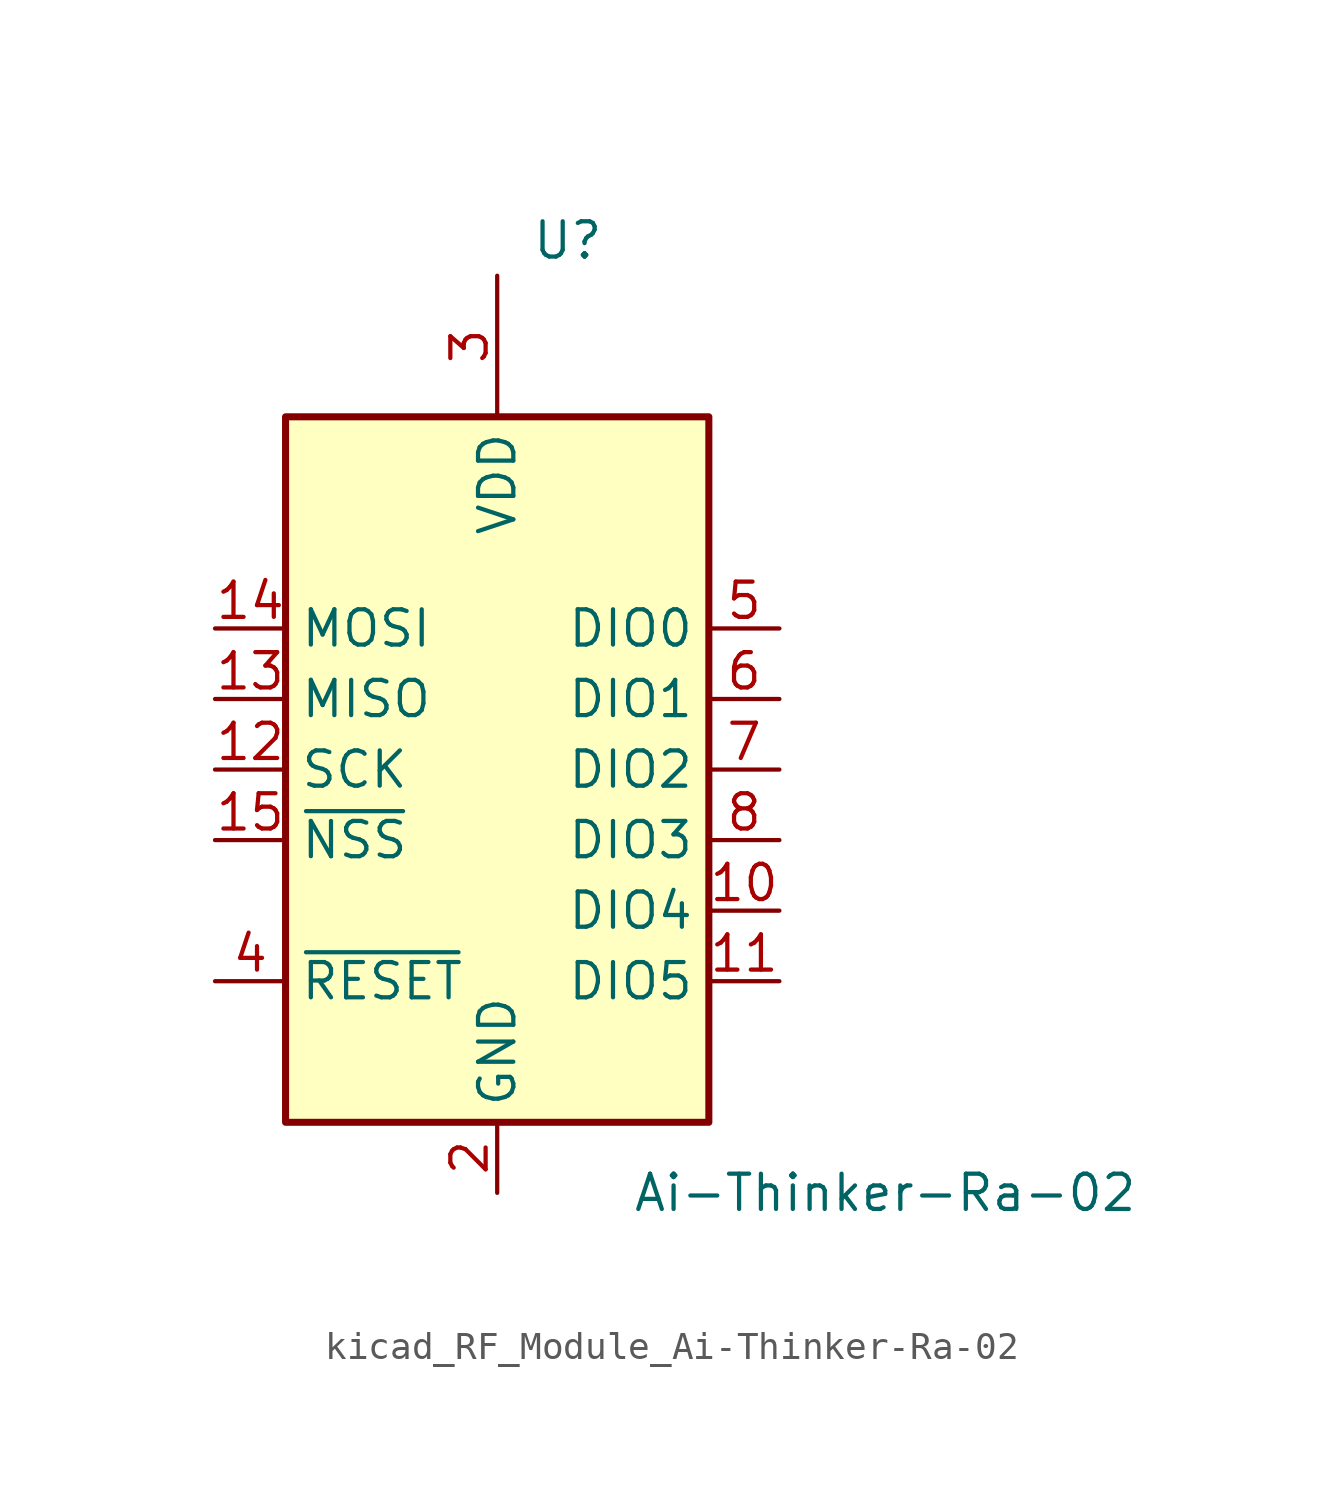
<source format=kicad_sym>
(kicad_symbol_lib
  (version 20220914)
  (generator kicad_symbol_editor)
  (symbol "kicad_RF_Module_Ai-Thinker-Ra-02"
    (property "Reference" "U"
      (at 2.54 19.05 0)
      (effects (font (size 1.27 1.27))))
    (property "Value" "Ai-Thinker-Ra-02"
      (at 13.97 -15.24 0)
      (effects (font (size 1.27 1.27))))
    (symbol "kicad_RF_Module_Ai-Thinker-Ra-02_0_1"
      (rectangle (start -7.62 12.7) (end 7.62 -12.7) (stroke (width 0.254) (type default)) (fill (type background))))
    (symbol "kicad_RF_Module_Ai-Thinker-Ra-02_1_1"
      (pin passive line (at 0 -15.24 90) (length 2.54) hide (name "GND" (effects (font (size 1.27 1.27)))) (number "1" (effects (font (size 1.27 1.27)))))
      (pin bidirectional line (at 10.16 -5.08 180) (length 2.54) (name "DIO4" (effects (font (size 1.27 1.27)))) (number "10" (effects (font (size 1.27 1.27)))))
      (pin bidirectional line (at 10.16 -7.62 180) (length 2.54) (name "DIO5" (effects (font (size 1.27 1.27)))) (number "11" (effects (font (size 1.27 1.27)))))
      (pin input line (at -10.16 0 0) (length 2.54) (name "SCK" (effects (font (size 1.27 1.27)))) (number "12" (effects (font (size 1.27 1.27)))))
      (pin output line (at -10.16 2.54 0) (length 2.54) (name "MISO" (effects (font (size 1.27 1.27)))) (number "13" (effects (font (size 1.27 1.27)))))
      (pin input line (at -10.16 5.08 0) (length 2.54) (name "MOSI" (effects (font (size 1.27 1.27)))) (number "14" (effects (font (size 1.27 1.27)))))
      (pin input line (at -10.16 -2.54 0) (length 2.54) (name "~{NSS}" (effects (font (size 1.27 1.27)))) (number "15" (effects (font (size 1.27 1.27)))))
      (pin passive line (at 0 -15.24 90) (length 2.54) hide (name "GND" (effects (font (size 1.27 1.27)))) (number "16" (effects (font (size 1.27 1.27)))))
      (pin power_in line (at 0 -15.24 90) (length 2.54) (name "GND" (effects (font (size 1.27 1.27)))) (number "2" (effects (font (size 1.27 1.27)))))
      (pin power_in line (at 0 17.78 270) (length 5.08) (name "VDD" (effects (font (size 1.27 1.27)))) (number "3" (effects (font (size 1.27 1.27)))))
      (pin input line (at -10.16 -7.62 0) (length 2.54) (name "~{RESET}" (effects (font (size 1.27 1.27)))) (number "4" (effects (font (size 1.27 1.27)))))
      (pin bidirectional line (at 10.16 5.08 180) (length 2.54) (name "DIO0" (effects (font (size 1.27 1.27)))) (number "5" (effects (font (size 1.27 1.27)))))
      (pin bidirectional line (at 10.16 2.54 180) (length 2.54) (name "DIO1" (effects (font (size 1.27 1.27)))) (number "6" (effects (font (size 1.27 1.27)))))
      (pin bidirectional line (at 10.16 0 180) (length 2.54) (name "DIO2" (effects (font (size 1.27 1.27)))) (number "7" (effects (font (size 1.27 1.27)))))
      (pin bidirectional line (at 10.16 -2.54 180) (length 2.54) (name "DIO3" (effects (font (size 1.27 1.27)))) (number "8" (effects (font (size 1.27 1.27)))))
      (pin passive line (at 0 -15.24 90) (length 2.54) hide (name "GND" (effects (font (size 1.27 1.27)))) (number "9" (effects (font (size 1.27 1.27))))))))
</source>
